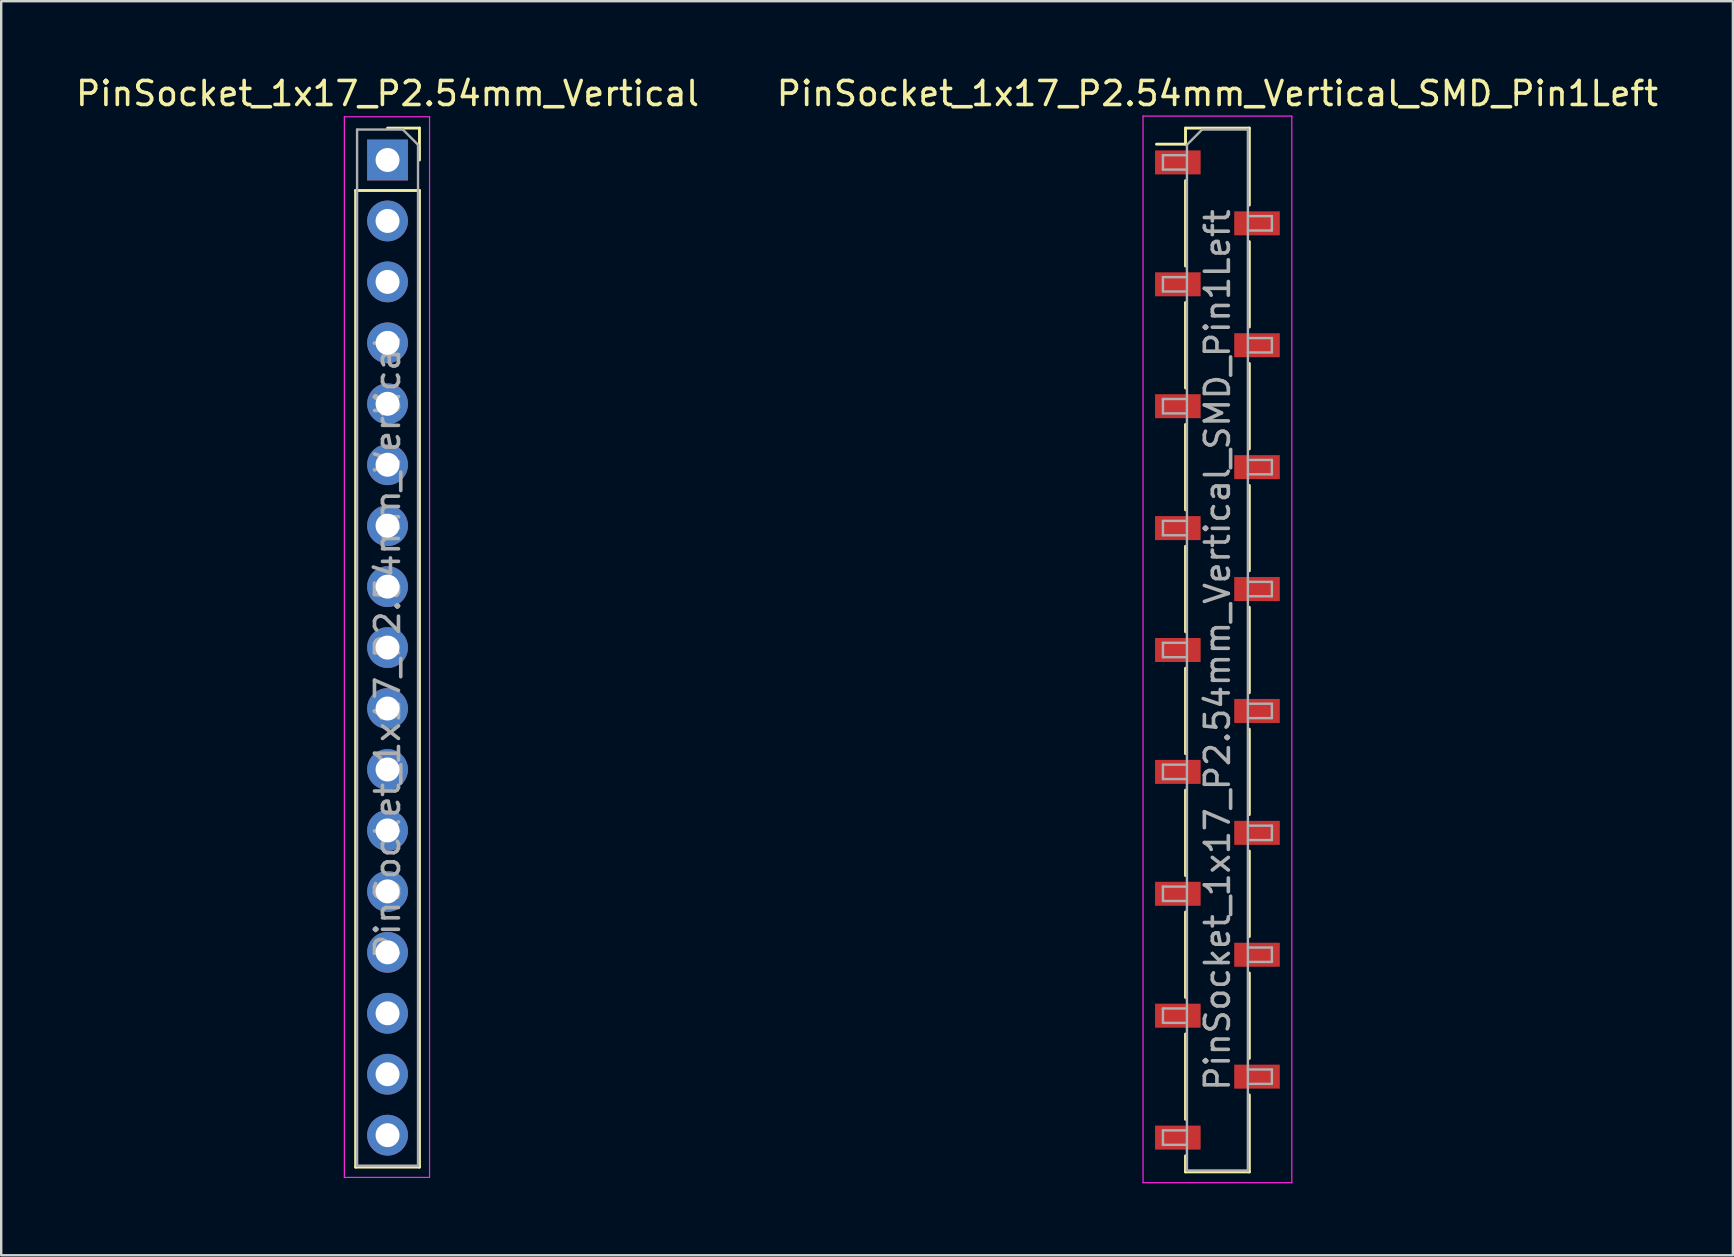
<source format=kicad_pcb>
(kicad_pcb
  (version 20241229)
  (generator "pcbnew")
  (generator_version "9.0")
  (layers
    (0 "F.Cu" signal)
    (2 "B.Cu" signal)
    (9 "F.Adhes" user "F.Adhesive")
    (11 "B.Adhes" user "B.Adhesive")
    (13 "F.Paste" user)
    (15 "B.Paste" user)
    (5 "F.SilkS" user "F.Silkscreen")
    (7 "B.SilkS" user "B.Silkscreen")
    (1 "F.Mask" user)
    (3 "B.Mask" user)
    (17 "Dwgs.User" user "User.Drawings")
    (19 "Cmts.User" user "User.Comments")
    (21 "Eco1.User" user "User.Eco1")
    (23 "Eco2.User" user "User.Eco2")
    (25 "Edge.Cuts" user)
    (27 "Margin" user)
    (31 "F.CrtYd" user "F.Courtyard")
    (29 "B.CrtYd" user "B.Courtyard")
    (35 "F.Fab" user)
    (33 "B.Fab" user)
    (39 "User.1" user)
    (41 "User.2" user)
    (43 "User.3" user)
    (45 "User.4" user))
  (footprint "PinSocket_1x17_P2.54mm_Vertical"
    (layer "F.Cu")
    (at 13.101 3.618)
    (property "Reference" "PinSocket_1x17_P2.54mm_Vertical" (at 0 -2.77 0) (layer "F.SilkS") (effects (font (size 1 1) (thickness 0.15))))
    (attr through_hole)
    (fp_line (start -1.33 1.27) (end -1.33 41.97) (stroke (width 0.12) (type solid)) (layer "F.SilkS"))
    (fp_line (start -1.33 1.27) (end 1.33 1.27) (stroke (width 0.12) (type solid)) (layer "F.SilkS"))
    (fp_line (start -1.33 41.97) (end 1.33 41.97) (stroke (width 0.12) (type solid)) (layer "F.SilkS"))
    (fp_line (start 0 -1.33) (end 1.33 -1.33) (stroke (width 0.12) (type solid)) (layer "F.SilkS"))
    (fp_line (start 1.33 -1.33) (end 1.33 0) (stroke (width 0.12) (type solid)) (layer "F.SilkS"))
    (fp_line (start 1.33 1.27) (end 1.33 41.97) (stroke (width 0.12) (type solid)) (layer "F.SilkS"))
    (fp_line (start -1.8 -1.8) (end 1.75 -1.8) (stroke (width 0.05) (type solid)) (layer "F.CrtYd"))
    (fp_line (start -1.8 42.4) (end -1.8 -1.8) (stroke (width 0.05) (type solid)) (layer "F.CrtYd"))
    (fp_line (start 1.75 -1.8) (end 1.75 42.4) (stroke (width 0.05) (type solid)) (layer "F.CrtYd"))
    (fp_line (start 1.75 42.4) (end -1.8 42.4) (stroke (width 0.05) (type solid)) (layer "F.CrtYd"))
    (fp_line (start -1.27 -1.27) (end 0.635 -1.27) (stroke (width 0.1) (type solid)) (layer "F.Fab"))
    (fp_line (start -1.27 41.91) (end -1.27 -1.27) (stroke (width 0.1) (type solid)) (layer "F.Fab"))
    (fp_line (start 0.635 -1.27) (end 1.27 -0.635) (stroke (width 0.1) (type solid)) (layer "F.Fab"))
    (fp_line (start 1.27 -0.635) (end 1.27 41.91) (stroke (width 0.1) (type solid)) (layer "F.Fab"))
    (fp_line (start 1.27 41.91) (end -1.27 41.91) (stroke (width 0.1) (type solid)) (layer "F.Fab"))
    (fp_text user "${REFERENCE}" (at 0 20.32 90) (layer "F.Fab") (effects (font (size 1 1) (thickness 0.15))))
    (pad "1" thru_hole rect (at 0 0) (size 1.7 1.7) (drill 1) (layers "*.Cu" "*.Mask"))
    (pad "2" thru_hole oval (at 0 2.54) (size 1.7 1.7) (drill 1) (layers "*.Cu" "*.Mask"))
    (pad "3" thru_hole oval (at 0 5.08) (size 1.7 1.7) (drill 1) (layers "*.Cu" "*.Mask"))
    (pad "4" thru_hole oval (at 0 7.62) (size 1.7 1.7) (drill 1) (layers "*.Cu" "*.Mask"))
    (pad "5" thru_hole oval (at 0 10.16) (size 1.7 1.7) (drill 1) (layers "*.Cu" "*.Mask"))
    (pad "6" thru_hole oval (at 0 12.7) (size 1.7 1.7) (drill 1) (layers "*.Cu" "*.Mask"))
    (pad "7" thru_hole oval (at 0 15.24) (size 1.7 1.7) (drill 1) (layers "*.Cu" "*.Mask"))
    (pad "8" thru_hole oval (at 0 17.78) (size 1.7 1.7) (drill 1) (layers "*.Cu" "*.Mask"))
    (pad "9" thru_hole oval (at 0 20.32) (size 1.7 1.7) (drill 1) (layers "*.Cu" "*.Mask"))
    (pad "10" thru_hole oval (at 0 22.86) (size 1.7 1.7) (drill 1) (layers "*.Cu" "*.Mask"))
    (pad "11" thru_hole oval (at 0 25.4) (size 1.7 1.7) (drill 1) (layers "*.Cu" "*.Mask"))
    (pad "12" thru_hole oval (at 0 27.94) (size 1.7 1.7) (drill 1) (layers "*.Cu" "*.Mask"))
    (pad "13" thru_hole oval (at 0 30.48) (size 1.7 1.7) (drill 1) (layers "*.Cu" "*.Mask"))
    (pad "14" thru_hole oval (at 0 33.02) (size 1.7 1.7) (drill 1) (layers "*.Cu" "*.Mask"))
    (pad "15" thru_hole oval (at 0 35.56) (size 1.7 1.7) (drill 1) (layers "*.Cu" "*.Mask"))
    (pad "16" thru_hole oval (at 0 38.1) (size 1.7 1.7) (drill 1) (layers "*.Cu" "*.Mask"))
    (pad "17" thru_hole oval (at 0 40.64) (size 1.7 1.7) (drill 1) (layers "*.Cu" "*.Mask")))
  (footprint "PinSocket_1x17_P2.54mm_Vertical_SMD_Pin1Left"
    (layer "F.Cu")
    (at 47.685 24.038)
    (property "Reference" "PinSocket_1x17_P2.54mm_Vertical_SMD_Pin1Left" (at 0 -23.19 0) (layer "F.SilkS") (effects (font (size 1 1) (thickness 0.15))))
    (attr smd)
    (fp_line (start -2.54 -21.08) (end -1.33 -21.08) (stroke (width 0.12) (type solid)) (layer "F.SilkS"))
    (fp_line (start -1.33 -21.75) (end -1.33 -21.08) (stroke (width 0.12) (type solid)) (layer "F.SilkS"))
    (fp_line (start -1.33 -21.75) (end 1.33 -21.75) (stroke (width 0.12) (type solid)) (layer "F.SilkS"))
    (fp_line (start -1.33 -19.56) (end -1.33 -16) (stroke (width 0.12) (type solid)) (layer "F.SilkS"))
    (fp_line (start -1.33 -14.48) (end -1.33 -10.92) (stroke (width 0.12) (type solid)) (layer "F.SilkS"))
    (fp_line (start -1.33 -9.4) (end -1.33 -5.84) (stroke (width 0.12) (type solid)) (layer "F.SilkS"))
    (fp_line (start -1.33 -4.32) (end -1.33 -0.76) (stroke (width 0.12) (type solid)) (layer "F.SilkS"))
    (fp_line (start -1.33 0.76) (end -1.33 4.32) (stroke (width 0.12) (type solid)) (layer "F.SilkS"))
    (fp_line (start -1.33 5.84) (end -1.33 9.4) (stroke (width 0.12) (type solid)) (layer "F.SilkS"))
    (fp_line (start -1.33 10.92) (end -1.33 14.48) (stroke (width 0.12) (type solid)) (layer "F.SilkS"))
    (fp_line (start -1.33 16) (end -1.33 19.56) (stroke (width 0.12) (type solid)) (layer "F.SilkS"))
    (fp_line (start -1.33 21.08) (end -1.33 21.75) (stroke (width 0.12) (type solid)) (layer "F.SilkS"))
    (fp_line (start -1.33 21.75) (end 1.33 21.75) (stroke (width 0.12) (type solid)) (layer "F.SilkS"))
    (fp_line (start 1.33 -21.75) (end 1.33 -18.54) (stroke (width 0.12) (type solid)) (layer "F.SilkS"))
    (fp_line (start 1.33 -17.02) (end 1.33 -13.46) (stroke (width 0.12) (type solid)) (layer "F.SilkS"))
    (fp_line (start 1.33 -11.94) (end 1.33 -8.38) (stroke (width 0.12) (type solid)) (layer "F.SilkS"))
    (fp_line (start 1.33 -6.86) (end 1.33 -3.3) (stroke (width 0.12) (type solid)) (layer "F.SilkS"))
    (fp_line (start 1.33 -1.78) (end 1.33 1.78) (stroke (width 0.12) (type solid)) (layer "F.SilkS"))
    (fp_line (start 1.33 3.3) (end 1.33 6.86) (stroke (width 0.12) (type solid)) (layer "F.SilkS"))
    (fp_line (start 1.33 8.38) (end 1.33 11.94) (stroke (width 0.12) (type solid)) (layer "F.SilkS"))
    (fp_line (start 1.33 13.46) (end 1.33 17.02) (stroke (width 0.12) (type solid)) (layer "F.SilkS"))
    (fp_line (start 1.33 18.54) (end 1.33 21.75) (stroke (width 0.12) (type solid)) (layer "F.SilkS"))
    (fp_line (start -3.1 -22.25) (end 3.1 -22.25) (stroke (width 0.05) (type solid)) (layer "F.CrtYd"))
    (fp_line (start -3.1 22.2) (end -3.1 -22.25) (stroke (width 0.05) (type solid)) (layer "F.CrtYd"))
    (fp_line (start 3.1 -22.25) (end 3.1 22.2) (stroke (width 0.05) (type solid)) (layer "F.CrtYd"))
    (fp_line (start 3.1 22.2) (end -3.1 22.2) (stroke (width 0.05) (type solid)) (layer "F.CrtYd"))
    (fp_line (start -2.27 -20.62) (end -1.27 -20.62) (stroke (width 0.1) (type solid)) (layer "F.Fab"))
    (fp_line (start -2.27 -20.02) (end -2.27 -20.62) (stroke (width 0.1) (type solid)) (layer "F.Fab"))
    (fp_line (start -2.27 -15.54) (end -1.27 -15.54) (stroke (width 0.1) (type solid)) (layer "F.Fab"))
    (fp_line (start -2.27 -14.94) (end -2.27 -15.54) (stroke (width 0.1) (type solid)) (layer "F.Fab"))
    (fp_line (start -2.27 -10.46) (end -1.27 -10.46) (stroke (width 0.1) (type solid)) (layer "F.Fab"))
    (fp_line (start -2.27 -9.86) (end -2.27 -10.46) (stroke (width 0.1) (type solid)) (layer "F.Fab"))
    (fp_line (start -2.27 -5.38) (end -1.27 -5.38) (stroke (width 0.1) (type solid)) (layer "F.Fab"))
    (fp_line (start -2.27 -4.78) (end -2.27 -5.38) (stroke (width 0.1) (type solid)) (layer "F.Fab"))
    (fp_line (start -2.27 -0.3) (end -1.27 -0.3) (stroke (width 0.1) (type solid)) (layer "F.Fab"))
    (fp_line (start -2.27 0.3) (end -2.27 -0.3) (stroke (width 0.1) (type solid)) (layer "F.Fab"))
    (fp_line (start -2.27 4.78) (end -1.27 4.78) (stroke (width 0.1) (type solid)) (layer "F.Fab"))
    (fp_line (start -2.27 5.38) (end -2.27 4.78) (stroke (width 0.1) (type solid)) (layer "F.Fab"))
    (fp_line (start -2.27 9.86) (end -1.27 9.86) (stroke (width 0.1) (type solid)) (layer "F.Fab"))
    (fp_line (start -2.27 10.46) (end -2.27 9.86) (stroke (width 0.1) (type solid)) (layer "F.Fab"))
    (fp_line (start -2.27 14.94) (end -1.27 14.94) (stroke (width 0.1) (type solid)) (layer "F.Fab"))
    (fp_line (start -2.27 15.54) (end -2.27 14.94) (stroke (width 0.1) (type solid)) (layer "F.Fab"))
    (fp_line (start -2.27 20.02) (end -1.27 20.02) (stroke (width 0.1) (type solid)) (layer "F.Fab"))
    (fp_line (start -2.27 20.62) (end -2.27 20.02) (stroke (width 0.1) (type solid)) (layer "F.Fab"))
    (fp_line (start -1.27 -21.055) (end -0.635 -21.69) (stroke (width 0.1) (type solid)) (layer "F.Fab"))
    (fp_line (start -1.27 -20.02) (end -2.27 -20.02) (stroke (width 0.1) (type solid)) (layer "F.Fab"))
    (fp_line (start -1.27 -14.94) (end -2.27 -14.94) (stroke (width 0.1) (type solid)) (layer "F.Fab"))
    (fp_line (start -1.27 -9.86) (end -2.27 -9.86) (stroke (width 0.1) (type solid)) (layer "F.Fab"))
    (fp_line (start -1.27 -4.78) (end -2.27 -4.78) (stroke (width 0.1) (type solid)) (layer "F.Fab"))
    (fp_line (start -1.27 0.3) (end -2.27 0.3) (stroke (width 0.1) (type solid)) (layer "F.Fab"))
    (fp_line (start -1.27 5.38) (end -2.27 5.38) (stroke (width 0.1) (type solid)) (layer "F.Fab"))
    (fp_line (start -1.27 10.46) (end -2.27 10.46) (stroke (width 0.1) (type solid)) (layer "F.Fab"))
    (fp_line (start -1.27 15.54) (end -2.27 15.54) (stroke (width 0.1) (type solid)) (layer "F.Fab"))
    (fp_line (start -1.27 20.62) (end -2.27 20.62) (stroke (width 0.1) (type solid)) (layer "F.Fab"))
    (fp_line (start -1.27 21.69) (end -1.27 -21.055) (stroke (width 0.1) (type solid)) (layer "F.Fab"))
    (fp_line (start -0.635 -21.69) (end 1.27 -21.69) (stroke (width 0.1) (type solid)) (layer "F.Fab"))
    (fp_line (start 1.27 -21.69) (end 1.27 21.69) (stroke (width 0.1) (type solid)) (layer "F.Fab"))
    (fp_line (start 1.27 -18.08) (end 2.27 -18.08) (stroke (width 0.1) (type solid)) (layer "F.Fab"))
    (fp_line (start 1.27 -13) (end 2.27 -13) (stroke (width 0.1) (type solid)) (layer "F.Fab"))
    (fp_line (start 1.27 -7.92) (end 2.27 -7.92) (stroke (width 0.1) (type solid)) (layer "F.Fab"))
    (fp_line (start 1.27 -2.84) (end 2.27 -2.84) (stroke (width 0.1) (type solid)) (layer "F.Fab"))
    (fp_line (start 1.27 2.24) (end 2.27 2.24) (stroke (width 0.1) (type solid)) (layer "F.Fab"))
    (fp_line (start 1.27 7.32) (end 2.27 7.32) (stroke (width 0.1) (type solid)) (layer "F.Fab"))
    (fp_line (start 1.27 12.4) (end 2.27 12.4) (stroke (width 0.1) (type solid)) (layer "F.Fab"))
    (fp_line (start 1.27 17.48) (end 2.27 17.48) (stroke (width 0.1) (type solid)) (layer "F.Fab"))
    (fp_line (start 1.27 21.69) (end -1.27 21.69) (stroke (width 0.1) (type solid)) (layer "F.Fab"))
    (fp_line (start 2.27 -18.08) (end 2.27 -17.48) (stroke (width 0.1) (type solid)) (layer "F.Fab"))
    (fp_line (start 2.27 -17.48) (end 1.27 -17.48) (stroke (width 0.1) (type solid)) (layer "F.Fab"))
    (fp_line (start 2.27 -13) (end 2.27 -12.4) (stroke (width 0.1) (type solid)) (layer "F.Fab"))
    (fp_line (start 2.27 -12.4) (end 1.27 -12.4) (stroke (width 0.1) (type solid)) (layer "F.Fab"))
    (fp_line (start 2.27 -7.92) (end 2.27 -7.32) (stroke (width 0.1) (type solid)) (layer "F.Fab"))
    (fp_line (start 2.27 -7.32) (end 1.27 -7.32) (stroke (width 0.1) (type solid)) (layer "F.Fab"))
    (fp_line (start 2.27 -2.84) (end 2.27 -2.24) (stroke (width 0.1) (type solid)) (layer "F.Fab"))
    (fp_line (start 2.27 -2.24) (end 1.27 -2.24) (stroke (width 0.1) (type solid)) (layer "F.Fab"))
    (fp_line (start 2.27 2.24) (end 2.27 2.84) (stroke (width 0.1) (type solid)) (layer "F.Fab"))
    (fp_line (start 2.27 2.84) (end 1.27 2.84) (stroke (width 0.1) (type solid)) (layer "F.Fab"))
    (fp_line (start 2.27 7.32) (end 2.27 7.92) (stroke (width 0.1) (type solid)) (layer "F.Fab"))
    (fp_line (start 2.27 7.92) (end 1.27 7.92) (stroke (width 0.1) (type solid)) (layer "F.Fab"))
    (fp_line (start 2.27 12.4) (end 2.27 13) (stroke (width 0.1) (type solid)) (layer "F.Fab"))
    (fp_line (start 2.27 13) (end 1.27 13) (stroke (width 0.1) (type solid)) (layer "F.Fab"))
    (fp_line (start 2.27 17.48) (end 2.27 18.08) (stroke (width 0.1) (type solid)) (layer "F.Fab"))
    (fp_line (start 2.27 18.08) (end 1.27 18.08) (stroke (width 0.1) (type solid)) (layer "F.Fab"))
    (fp_text user "${REFERENCE}" (at 0 0 90) (layer "F.Fab") (effects (font (size 1 1) (thickness 0.15))))
    (pad "1" smd rect (at -1.65 -20.32) (size 1.9 1) (layers "F.Cu" "F.Mask" "F.Paste"))
    (pad "2" smd rect (at 1.65 -17.78) (size 1.9 1) (layers "F.Cu" "F.Mask" "F.Paste"))
    (pad "3" smd rect (at -1.65 -15.24) (size 1.9 1) (layers "F.Cu" "F.Mask" "F.Paste"))
    (pad "4" smd rect (at 1.65 -12.7) (size 1.9 1) (layers "F.Cu" "F.Mask" "F.Paste"))
    (pad "5" smd rect (at -1.65 -10.16) (size 1.9 1) (layers "F.Cu" "F.Mask" "F.Paste"))
    (pad "6" smd rect (at 1.65 -7.62) (size 1.9 1) (layers "F.Cu" "F.Mask" "F.Paste"))
    (pad "7" smd rect (at -1.65 -5.08) (size 1.9 1) (layers "F.Cu" "F.Mask" "F.Paste"))
    (pad "8" smd rect (at 1.65 -2.54) (size 1.9 1) (layers "F.Cu" "F.Mask" "F.Paste"))
    (pad "9" smd rect (at -1.65 0) (size 1.9 1) (layers "F.Cu" "F.Mask" "F.Paste"))
    (pad "10" smd rect (at 1.65 2.54) (size 1.9 1) (layers "F.Cu" "F.Mask" "F.Paste"))
    (pad "11" smd rect (at -1.65 5.08) (size 1.9 1) (layers "F.Cu" "F.Mask" "F.Paste"))
    (pad "12" smd rect (at 1.65 7.62) (size 1.9 1) (layers "F.Cu" "F.Mask" "F.Paste"))
    (pad "13" smd rect (at -1.65 10.16) (size 1.9 1) (layers "F.Cu" "F.Mask" "F.Paste"))
    (pad "14" smd rect (at 1.65 12.7) (size 1.9 1) (layers "F.Cu" "F.Mask" "F.Paste"))
    (pad "15" smd rect (at -1.65 15.24) (size 1.9 1) (layers "F.Cu" "F.Mask" "F.Paste"))
    (pad "16" smd rect (at 1.65 17.78) (size 1.9 1) (layers "F.Cu" "F.Mask" "F.Paste"))
    (pad "17" smd rect (at -1.65 20.32) (size 1.9 1) (layers "F.Cu" "F.Mask" "F.Paste")))
  (gr_rect
    (start -3 -3)
    (end 69.167 49.263)
    (stroke (width 0.1) (type default))
    (fill no)
    (layer "Edge.Cuts")))
</source>
